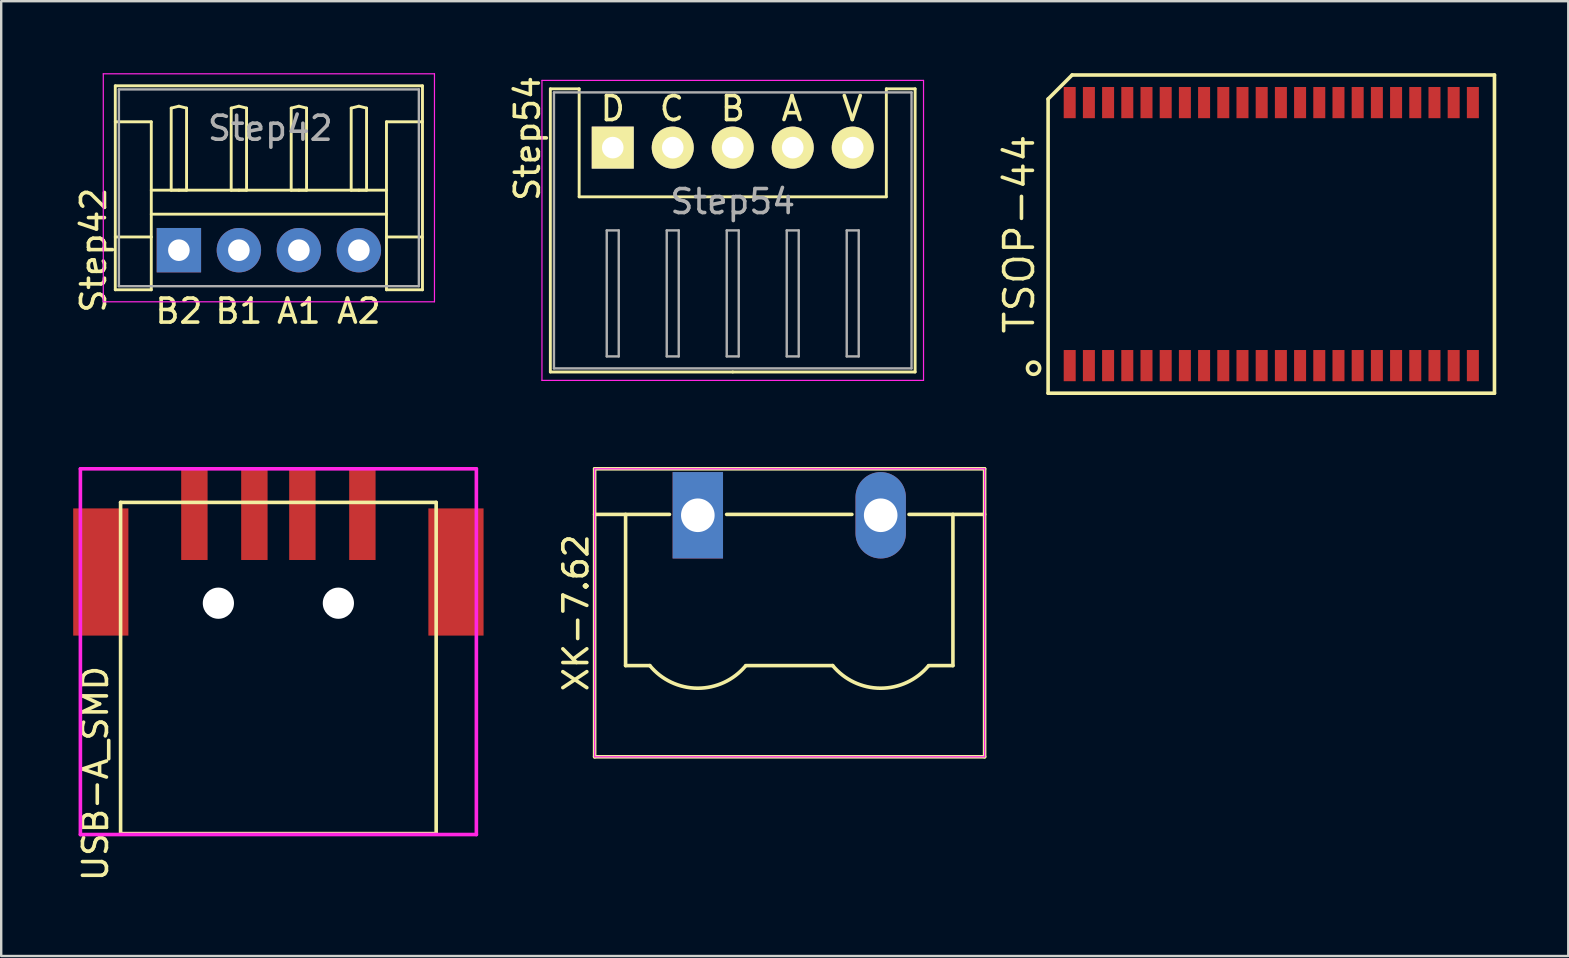
<source format=kicad_pcb>
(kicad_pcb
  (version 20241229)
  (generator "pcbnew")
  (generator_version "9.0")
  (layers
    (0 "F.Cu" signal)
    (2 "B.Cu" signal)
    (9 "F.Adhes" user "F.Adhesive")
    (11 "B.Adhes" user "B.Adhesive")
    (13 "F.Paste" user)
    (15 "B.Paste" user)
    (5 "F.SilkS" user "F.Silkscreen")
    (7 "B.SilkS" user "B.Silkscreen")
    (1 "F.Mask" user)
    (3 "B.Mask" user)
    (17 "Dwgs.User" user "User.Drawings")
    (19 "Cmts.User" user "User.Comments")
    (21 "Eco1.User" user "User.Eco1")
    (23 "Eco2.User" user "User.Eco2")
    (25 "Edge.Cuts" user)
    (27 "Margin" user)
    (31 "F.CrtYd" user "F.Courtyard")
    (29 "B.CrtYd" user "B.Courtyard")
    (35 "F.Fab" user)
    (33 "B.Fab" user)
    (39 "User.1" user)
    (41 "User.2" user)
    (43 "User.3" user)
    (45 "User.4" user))
  (footprint "Step54"
    (layer "F.Cu")
    (at 22.483 3.101)
    (property "Reference" "Step54" (at -3.556 -0.381 90) (layer "F.SilkS") (effects (font (size 1 1) (thickness 0.15))))
    (attr through_hole)
    (fp_line (start -2.6 -2.45) (end -1.4 -2.45) (stroke (width 0.12) (type solid)) (layer "F.SilkS"))
    (fp_line (start -2.6 9.35) (end -2.6 -2.45) (stroke (width 0.12) (type solid)) (layer "F.SilkS"))
    (fp_line (start -1.4 -2.45) (end -1.4 2.05) (stroke (width 0.12) (type solid)) (layer "F.SilkS"))
    (fp_line (start -1.4 2.05) (end 5 2.05) (stroke (width 0.12) (type solid)) (layer "F.SilkS"))
    (fp_line (start 5 9.35) (end -2.6 9.35) (stroke (width 0.12) (type solid)) (layer "F.SilkS"))
    (fp_line (start 5 9.35) (end 12.6 9.35) (stroke (width 0.12) (type solid)) (layer "F.SilkS"))
    (fp_line (start 11.4 -2.45) (end 11.4 2.05) (stroke (width 0.12) (type solid)) (layer "F.SilkS"))
    (fp_line (start 11.4 2.05) (end 5 2.05) (stroke (width 0.12) (type solid)) (layer "F.SilkS"))
    (fp_line (start 12.6 -2.45) (end 11.4 -2.45) (stroke (width 0.12) (type solid)) (layer "F.SilkS"))
    (fp_line (start 12.6 9.35) (end 12.6 -2.45) (stroke (width 0.12) (type solid)) (layer "F.SilkS"))
    (fp_line (start -2.95 -2.8) (end -2.95 9.7) (stroke (width 0.05) (type solid)) (layer "F.CrtYd"))
    (fp_line (start -2.95 9.7) (end 12.95 9.7) (stroke (width 0.05) (type solid)) (layer "F.CrtYd"))
    (fp_line (start 12.95 -2.8) (end -2.95 -2.8) (stroke (width 0.05) (type solid)) (layer "F.CrtYd"))
    (fp_line (start 12.95 9.7) (end 12.95 -2.8) (stroke (width 0.05) (type solid)) (layer "F.CrtYd"))
    (fp_line (start -2.45 -2.3) (end -2.45 9.2) (stroke (width 0.1) (type solid)) (layer "F.Fab"))
    (fp_line (start -2.45 9.2) (end 12.45 9.2) (stroke (width 0.1) (type solid)) (layer "F.Fab"))
    (fp_line (start -0.25 3.45) (end -0.25 8.7) (stroke (width 0.1) (type solid)) (layer "F.Fab"))
    (fp_line (start -0.25 8.7) (end 0.25 8.7) (stroke (width 0.1) (type solid)) (layer "F.Fab"))
    (fp_line (start 0.25 3.45) (end -0.25 3.45) (stroke (width 0.1) (type solid)) (layer "F.Fab"))
    (fp_line (start 0.25 8.7) (end 0.25 3.45) (stroke (width 0.1) (type solid)) (layer "F.Fab"))
    (fp_line (start 2.25 3.45) (end 2.25 8.7) (stroke (width 0.1) (type solid)) (layer "F.Fab"))
    (fp_line (start 2.25 8.7) (end 2.75 8.7) (stroke (width 0.1) (type solid)) (layer "F.Fab"))
    (fp_line (start 2.75 3.45) (end 2.25 3.45) (stroke (width 0.1) (type solid)) (layer "F.Fab"))
    (fp_line (start 2.75 8.7) (end 2.75 3.45) (stroke (width 0.1) (type solid)) (layer "F.Fab"))
    (fp_line (start 4.75 3.45) (end 4.75 8.7) (stroke (width 0.1) (type solid)) (layer "F.Fab"))
    (fp_line (start 4.75 8.7) (end 5.25 8.7) (stroke (width 0.1) (type solid)) (layer "F.Fab"))
    (fp_line (start 5.25 3.45) (end 4.75 3.45) (stroke (width 0.1) (type solid)) (layer "F.Fab"))
    (fp_line (start 5.25 8.7) (end 5.25 3.45) (stroke (width 0.1) (type solid)) (layer "F.Fab"))
    (fp_line (start 7.25 3.45) (end 7.25 8.7) (stroke (width 0.1) (type solid)) (layer "F.Fab"))
    (fp_line (start 7.25 8.7) (end 7.75 8.7) (stroke (width 0.1) (type solid)) (layer "F.Fab"))
    (fp_line (start 7.75 3.45) (end 7.25 3.45) (stroke (width 0.1) (type solid)) (layer "F.Fab"))
    (fp_line (start 7.75 8.7) (end 7.75 3.45) (stroke (width 0.1) (type solid)) (layer "F.Fab"))
    (fp_line (start 9.75 3.45) (end 9.75 8.7) (stroke (width 0.1) (type solid)) (layer "F.Fab"))
    (fp_line (start 9.75 8.7) (end 10.25 8.7) (stroke (width 0.1) (type solid)) (layer "F.Fab"))
    (fp_line (start 10.25 3.45) (end 9.75 3.45) (stroke (width 0.1) (type solid)) (layer "F.Fab"))
    (fp_line (start 10.25 8.7) (end 10.25 3.45) (stroke (width 0.1) (type solid)) (layer "F.Fab"))
    (fp_line (start 12.45 -2.3) (end -2.45 -2.3) (stroke (width 0.1) (type solid)) (layer "F.Fab"))
    (fp_line (start 12.45 9.2) (end 12.45 -2.3) (stroke (width 0.1) (type solid)) (layer "F.Fab"))
    (fp_text user "V" (at 9.982 -1.626 0) (layer "F.SilkS") (effects (font (size 1 1) (thickness 0.15))))
    (fp_text user "B" (at 5.004 -1.626 0) (layer "F.SilkS") (effects (font (size 1 1) (thickness 0.15))))
    (fp_text user "C" (at 2.464 -1.626 0) (layer "F.SilkS") (effects (font (size 1 1) (thickness 0.15))))
    (fp_text user "A" (at 7.468 -1.626 0) (layer "F.SilkS") (effects (font (size 1 1) (thickness 0.15))))
    (fp_text user "D" (at 0 -1.626 0) (layer "F.SilkS") (effects (font (size 1 1) (thickness 0.15))))
    (fp_text user "${REFERENCE}" (at 5 2.25 0) (layer "F.Fab") (effects (font (size 1 1) (thickness 0.15))))
    (pad "1" thru_hole rect (at 0 0) (size 1.75 1.75) (drill 0.9) (layers "*.Cu" "*.Mask" "F.SilkS"))
    (pad "2" thru_hole circle (at 2.5 0) (size 1.75 1.75) (drill 0.9) (layers "*.Cu" "*.Mask" "F.SilkS"))
    (pad "3" thru_hole circle (at 5 0) (size 1.75 1.75) (drill 0.9) (layers "*.Cu" "*.Mask" "F.SilkS"))
    (pad "4" thru_hole circle (at 7.5 0) (size 1.75 1.75) (drill 0.9) (layers "*.Cu" "*.Mask" "F.SilkS"))
    (pad "5" thru_hole circle (at 10 0) (size 1.75 1.75) (drill 0.9) (layers "*.Cu" "*.Mask" "F.SilkS")))
  (footprint "Step42"
    (layer "F.Cu")
    (at 4.404 7.375)
    (property "Reference" "Step42" (at -3.556 0 90) (layer "F.SilkS") (effects (font (size 1 1) (thickness 0.15))))
    (attr through_hole)
    (fp_line (start -2.65 -6.85) (end 10.15 -6.85) (stroke (width 0.12) (type solid)) (layer "F.SilkS"))
    (fp_line (start -2.65 -5.35) (end -1.15 -5.35) (stroke (width 0.12) (type solid)) (layer "F.SilkS"))
    (fp_line (start -2.65 1.65) (end -2.65 -6.85) (stroke (width 0.12) (type solid)) (layer "F.SilkS"))
    (fp_line (start -1.15 -5.35) (end -1.15 -0.55) (stroke (width 0.12) (type solid)) (layer "F.SilkS"))
    (fp_line (start -1.15 -2.5) (end 8.65 -2.5) (stroke (width 0.12) (type solid)) (layer "F.SilkS"))
    (fp_line (start -1.15 -1.5) (end 8.65 -1.5) (stroke (width 0.12) (type solid)) (layer "F.SilkS"))
    (fp_line (start -1.15 -0.55) (end -2.65 -0.55) (stroke (width 0.12) (type solid)) (layer "F.SilkS"))
    (fp_line (start -1.15 -0.55) (end -1.15 1.65) (stroke (width 0.12) (type solid)) (layer "F.SilkS"))
    (fp_line (start -1.15 1.65) (end -2.65 1.65) (stroke (width 0.12) (type solid)) (layer "F.SilkS"))
    (fp_line (start -0.32 -5.92) (end 0 -6) (stroke (width 0.12) (type solid)) (layer "F.SilkS"))
    (fp_line (start -0.32 -2.5) (end -0.32 -5.92) (stroke (width 0.12) (type solid)) (layer "F.SilkS"))
    (fp_line (start 0 -6) (end 0.32 -5.92) (stroke (width 0.12) (type solid)) (layer "F.SilkS"))
    (fp_line (start 0 -2.5) (end -0.32 -2.5) (stroke (width 0.12) (type solid)) (layer "F.SilkS"))
    (fp_line (start 0.32 -5.92) (end 0.32 -2.5) (stroke (width 0.12) (type solid)) (layer "F.SilkS"))
    (fp_line (start 0.32 -2.5) (end 0 -2.5) (stroke (width 0.12) (type solid)) (layer "F.SilkS"))
    (fp_line (start 2.18 -5.92) (end 2.5 -6) (stroke (width 0.12) (type solid)) (layer "F.SilkS"))
    (fp_line (start 2.18 -2.5) (end 2.18 -5.92) (stroke (width 0.12) (type solid)) (layer "F.SilkS"))
    (fp_line (start 2.5 -6) (end 2.82 -5.92) (stroke (width 0.12) (type solid)) (layer "F.SilkS"))
    (fp_line (start 2.5 -2.5) (end 2.18 -2.5) (stroke (width 0.12) (type solid)) (layer "F.SilkS"))
    (fp_line (start 2.82 -5.92) (end 2.82 -2.5) (stroke (width 0.12) (type solid)) (layer "F.SilkS"))
    (fp_line (start 2.82 -2.5) (end 2.5 -2.5) (stroke (width 0.12) (type solid)) (layer "F.SilkS"))
    (fp_line (start 4.68 -5.92) (end 5 -6) (stroke (width 0.12) (type solid)) (layer "F.SilkS"))
    (fp_line (start 4.68 -2.5) (end 4.68 -5.92) (stroke (width 0.12) (type solid)) (layer "F.SilkS"))
    (fp_line (start 5 -6) (end 5.32 -5.92) (stroke (width 0.12) (type solid)) (layer "F.SilkS"))
    (fp_line (start 5 -2.5) (end 4.68 -2.5) (stroke (width 0.12) (type solid)) (layer "F.SilkS"))
    (fp_line (start 5.32 -5.92) (end 5.32 -2.5) (stroke (width 0.12) (type solid)) (layer "F.SilkS"))
    (fp_line (start 5.32 -2.5) (end 5 -2.5) (stroke (width 0.12) (type solid)) (layer "F.SilkS"))
    (fp_line (start 7.18 -5.92) (end 7.5 -6) (stroke (width 0.12) (type solid)) (layer "F.SilkS"))
    (fp_line (start 7.18 -2.5) (end 7.18 -5.92) (stroke (width 0.12) (type solid)) (layer "F.SilkS"))
    (fp_line (start 7.5 -6) (end 7.82 -5.92) (stroke (width 0.12) (type solid)) (layer "F.SilkS"))
    (fp_line (start 7.5 -2.5) (end 7.18 -2.5) (stroke (width 0.12) (type solid)) (layer "F.SilkS"))
    (fp_line (start 7.82 -5.92) (end 7.82 -2.5) (stroke (width 0.12) (type solid)) (layer "F.SilkS"))
    (fp_line (start 7.82 -2.5) (end 7.5 -2.5) (stroke (width 0.12) (type solid)) (layer "F.SilkS"))
    (fp_line (start 8.65 -5.35) (end 8.65 -0.55) (stroke (width 0.12) (type solid)) (layer "F.SilkS"))
    (fp_line (start 8.65 -0.55) (end 10.15 -0.55) (stroke (width 0.12) (type solid)) (layer "F.SilkS"))
    (fp_line (start 8.65 1.65) (end 8.65 -0.55) (stroke (width 0.12) (type solid)) (layer "F.SilkS"))
    (fp_line (start 10.15 -6.85) (end 10.15 1.65) (stroke (width 0.12) (type solid)) (layer "F.SilkS"))
    (fp_line (start 10.15 -5.35) (end 8.65 -5.35) (stroke (width 0.12) (type solid)) (layer "F.SilkS"))
    (fp_line (start 10.15 1.65) (end 8.65 1.65) (stroke (width 0.12) (type solid)) (layer "F.SilkS"))
    (fp_line (start -3.15 -7.35) (end -3.15 2.15) (stroke (width 0.05) (type solid)) (layer "F.CrtYd"))
    (fp_line (start -3.15 2.15) (end 10.65 2.15) (stroke (width 0.05) (type solid)) (layer "F.CrtYd"))
    (fp_line (start 10.65 -7.35) (end -3.15 -7.35) (stroke (width 0.05) (type solid)) (layer "F.CrtYd"))
    (fp_line (start 10.65 2.15) (end 10.65 -7.35) (stroke (width 0.05) (type solid)) (layer "F.CrtYd"))
    (fp_line (start -2.5 -6.7) (end -2.5 1.5) (stroke (width 0.1) (type solid)) (layer "F.Fab"))
    (fp_line (start -2.5 1.5) (end 10 1.5) (stroke (width 0.1) (type solid)) (layer "F.Fab"))
    (fp_line (start 10 -6.7) (end -2.5 -6.7) (stroke (width 0.1) (type solid)) (layer "F.Fab"))
    (fp_line (start 10 1.5) (end 10 -6.7) (stroke (width 0.1) (type solid)) (layer "F.Fab"))
    (fp_text user "A2" (at 7.5 2.54 0) (layer "F.SilkS") (effects (font (size 1 1) (thickness 0.15))))
    (fp_text user "A1" (at 5 2.54 0) (layer "F.SilkS") (effects (font (size 1 1) (thickness 0.15))))
    (fp_text user "B2" (at 0 2.54 0) (layer "F.SilkS") (effects (font (size 1 1) (thickness 0.15))))
    (fp_text user "B1" (at 2.5 2.54 0) (layer "F.SilkS") (effects (font (size 1 1) (thickness 0.15))))
    (fp_text user "${REFERENCE}" (at 3.81 -5.08 0) (layer "F.Fab") (effects (font (size 1 1) (thickness 0.15))))
    (pad "1" thru_hole circle (at 7.5 0) (size 1.85 1.85) (drill 0.9) (layers "*.Cu" "*.Mask"))
    (pad "2" thru_hole circle (at 5 0) (size 1.85 1.85) (drill 0.9) (layers "*.Cu" "*.Mask"))
    (pad "3" thru_hole circle (at 2.5 0) (size 1.85 1.85) (drill 0.9) (layers "*.Cu" "*.Mask"))
    (pad "4" thru_hole rect (at 0 0) (size 1.85 1.85) (drill 0.9) (layers "*.Cu" "*.Mask")))
  (footprint "USB-A_SMD"
    (layer "F.Cu")
    (at 8.55 24.105)
    (property "Reference" "USB-A_SMD" (at -7.62 5.08 90) (layer "F.SilkS") (effects (font (size 1 1) (thickness 0.15))))
    (attr through_hole)
    (fp_line (start -6.575 -6.22) (end -6.575 7.58) (stroke (width 0.15) (type solid)) (layer "F.SilkS"))
    (fp_line (start -6.575 -6.22) (end 6.575 -6.22) (stroke (width 0.15) (type solid)) (layer "F.SilkS"))
    (fp_line (start -6.575 7.58) (end 6.575 7.58) (stroke (width 0.15) (type solid)) (layer "F.SilkS"))
    (fp_line (start 6.575 -6.22) (end 6.575 7.58) (stroke (width 0.15) (type solid)) (layer "F.SilkS"))
    (fp_line (start -8.25 -7.62) (end -8.25 7.62) (stroke (width 0.15) (type solid)) (layer "F.CrtYd"))
    (fp_line (start -8.25 -7.62) (end 8.25 -7.62) (stroke (width 0.15) (type solid)) (layer "F.CrtYd"))
    (fp_line (start 8.25 -7.62) (end 8.25 7.62) (stroke (width 0.15) (type solid)) (layer "F.CrtYd"))
    (fp_line (start 8.25 7.62) (end -8.25 7.62) (stroke (width 0.15) (type solid)) (layer "F.CrtYd"))
    (pad "" np_thru_hole circle (at -2.5 -2.02) (size 1.3 1.3) (drill 1.3) (layers "*.Cu" "*.Mask"))
    (pad "" np_thru_hole circle (at 2.5 -2.02) (size 1.3 1.3) (drill 1.3) (layers "*.Cu" "*.Mask"))
    (pad "1" smd rect (at -3.5 -5.72) (size 1.1 3.8) (layers "F.Cu" "F.Mask" "F.Paste"))
    (pad "2" smd rect (at -1 -5.72) (size 1.1 3.8) (layers "F.Cu" "F.Mask" "F.Paste"))
    (pad "3" smd rect (at 1 -5.72) (size 1.1 3.8) (layers "F.Cu" "F.Mask" "F.Paste"))
    (pad "4" smd rect (at 3.5 -5.72) (size 1.1 3.8) (layers "F.Cu" "F.Mask" "F.Paste"))
    (pad "5" smd rect (at -7.4 -3.32) (size 2.3 5.3) (layers "F.Cu" "F.Mask" "F.Paste"))
    (pad "5" smd rect (at 7.4 -3.32) (size 2.3 5.3) (layers "F.Cu" "F.Mask" "F.Paste")))
  (footprint "TSOP-44"
    (layer "F.Cu")
    (at 49.924 6.705)
    (property "Reference" "TSOP-44" (at -10.5 0 90) (layer "F.SilkS") (effects (font (size 1.2 1.2) (thickness 0.15))))
    (attr through_hole)
    (fp_line (start -9.3 -5.63) (end -9.3 6.63) (stroke (width 0.15) (type solid)) (layer "F.SilkS"))
    (fp_line (start -9.3 6.63) (end 9.3 6.63) (stroke (width 0.15) (type solid)) (layer "F.SilkS"))
    (fp_line (start -8.3 -6.63) (end -9.3 -5.63) (stroke (width 0.15) (type solid)) (layer "F.SilkS"))
    (fp_line (start 9.3 -6.63) (end -8.3 -6.63) (stroke (width 0.15) (type solid)) (layer "F.SilkS"))
    (fp_line (start 9.3 6.63) (end 9.3 -6.63) (stroke (width 0.15) (type solid)) (layer "F.SilkS"))
    (fp_circle (center -9.906 5.588) (end -9.652 5.588) (stroke (width 0.15) (type solid)) (fill no) (layer "F.SilkS"))
    (pad "1" smd rect (at -8.4 5.48) (size 0.5 1.3) (layers "F.Cu" "F.Mask" "F.Paste"))
    (pad "2" smd rect (at -7.6 5.48) (size 0.5 1.3) (layers "F.Cu" "F.Mask" "F.Paste"))
    (pad "3" smd rect (at -6.8 5.48) (size 0.5 1.3) (layers "F.Cu" "F.Mask" "F.Paste"))
    (pad "4" smd rect (at -6 5.48) (size 0.5 1.3) (layers "F.Cu" "F.Mask" "F.Paste"))
    (pad "5" smd rect (at -5.2 5.48) (size 0.5 1.3) (layers "F.Cu" "F.Mask" "F.Paste"))
    (pad "6" smd rect (at -4.4 5.48) (size 0.5 1.3) (layers "F.Cu" "F.Mask" "F.Paste"))
    (pad "7" smd rect (at -3.6 5.48) (size 0.5 1.3) (layers "F.Cu" "F.Mask" "F.Paste"))
    (pad "8" smd rect (at -2.8 5.48) (size 0.5 1.3) (layers "F.Cu" "F.Mask" "F.Paste"))
    (pad "9" smd rect (at -2 5.48) (size 0.5 1.3) (layers "F.Cu" "F.Mask" "F.Paste"))
    (pad "10" smd rect (at -1.2 5.48) (size 0.5 1.3) (layers "F.Cu" "F.Mask" "F.Paste"))
    (pad "11" smd rect (at -0.4 5.48) (size 0.5 1.3) (layers "F.Cu" "F.Mask" "F.Paste"))
    (pad "12" smd rect (at 0.4 5.48) (size 0.5 1.3) (layers "F.Cu" "F.Mask" "F.Paste"))
    (pad "13" smd rect (at 1.2 5.48) (size 0.5 1.3) (layers "F.Cu" "F.Mask" "F.Paste"))
    (pad "14" smd rect (at 2 5.48) (size 0.5 1.3) (layers "F.Cu" "F.Mask" "F.Paste"))
    (pad "15" smd rect (at 2.8 5.48) (size 0.5 1.3) (layers "F.Cu" "F.Mask" "F.Paste"))
    (pad "16" smd rect (at 3.6 5.48) (size 0.5 1.3) (layers "F.Cu" "F.Mask" "F.Paste"))
    (pad "17" smd rect (at 4.4 5.48) (size 0.5 1.3) (layers "F.Cu" "F.Mask" "F.Paste"))
    (pad "18" smd rect (at 5.2 5.48) (size 0.5 1.3) (layers "F.Cu" "F.Mask" "F.Paste"))
    (pad "19" smd rect (at 6 5.48) (size 0.5 1.3) (layers "F.Cu" "F.Mask" "F.Paste"))
    (pad "20" smd rect (at 6.8 5.48) (size 0.5 1.3) (layers "F.Cu" "F.Mask" "F.Paste"))
    (pad "21" smd rect (at 7.6 5.48) (size 0.5 1.3) (layers "F.Cu" "F.Mask" "F.Paste"))
    (pad "22" smd rect (at 8.4 5.48) (size 0.5 1.3) (layers "F.Cu" "F.Mask" "F.Paste"))
    (pad "23" smd rect (at 8.4 -5.48) (size 0.5 1.3) (layers "F.Cu" "F.Mask" "F.Paste"))
    (pad "24" smd rect (at 7.6 -5.48) (size 0.5 1.3) (layers "F.Cu" "F.Mask" "F.Paste"))
    (pad "25" smd rect (at 6.8 -5.48) (size 0.5 1.3) (layers "F.Cu" "F.Mask" "F.Paste"))
    (pad "26" smd rect (at 6 -5.48) (size 0.5 1.3) (layers "F.Cu" "F.Mask" "F.Paste"))
    (pad "27" smd rect (at 5.2 -5.48) (size 0.5 1.3) (layers "F.Cu" "F.Mask" "F.Paste"))
    (pad "28" smd rect (at 4.4 -5.48) (size 0.5 1.3) (layers "F.Cu" "F.Mask" "F.Paste"))
    (pad "29" smd rect (at 3.6 -5.48) (size 0.5 1.3) (layers "F.Cu" "F.Mask" "F.Paste"))
    (pad "30" smd rect (at 2.8 -5.48) (size 0.5 1.3) (layers "F.Cu" "F.Mask" "F.Paste"))
    (pad "31" smd rect (at 2 -5.48) (size 0.5 1.3) (layers "F.Cu" "F.Mask" "F.Paste"))
    (pad "32" smd rect (at 1.2 -5.48) (size 0.5 1.3) (layers "F.Cu" "F.Mask" "F.Paste"))
    (pad "33" smd rect (at 0.4 -5.48) (size 0.5 1.3) (layers "F.Cu" "F.Mask" "F.Paste"))
    (pad "34" smd rect (at -0.4 -5.48) (size 0.5 1.3) (layers "F.Cu" "F.Mask" "F.Paste"))
    (pad "35" smd rect (at -1.2 -5.48) (size 0.5 1.3) (layers "F.Cu" "F.Mask" "F.Paste"))
    (pad "36" smd rect (at -2 -5.48) (size 0.5 1.3) (layers "F.Cu" "F.Mask" "F.Paste"))
    (pad "37" smd rect (at -2.8 -5.48) (size 0.5 1.3) (layers "F.Cu" "F.Mask" "F.Paste"))
    (pad "38" smd rect (at -3.6 -5.48) (size 0.5 1.3) (layers "F.Cu" "F.Mask" "F.Paste"))
    (pad "39" smd rect (at -4.4 -5.48) (size 0.5 1.3) (layers "F.Cu" "F.Mask" "F.Paste"))
    (pad "40" smd rect (at -5.2 -5.48) (size 0.5 1.3) (layers "F.Cu" "F.Mask" "F.Paste"))
    (pad "41" smd rect (at -6 -5.48) (size 0.5 1.3) (layers "F.Cu" "F.Mask" "F.Paste"))
    (pad "42" smd rect (at -6.8 -5.48) (size 0.5 1.3) (layers "F.Cu" "F.Mask" "F.Paste"))
    (pad "43" smd rect (at -7.6 -5.48) (size 0.5 1.3) (layers "F.Cu" "F.Mask" "F.Paste"))
    (pad "44" smd rect (at -8.4 -5.48) (size 0.5 1.3) (layers "F.Cu" "F.Mask" "F.Paste")))
  (footprint "XK-7.62"
    (layer "F.Cu")
    (at 29.838 22.485)
    (property "Reference" "XK-7.62" (at -8.89 0 90) (layer "F.SilkS") (effects (font (size 1 1) (thickness 0.15))))
    (attr through_hole)
    (fp_line (start -8.11 -6) (end -8.11 6) (stroke (width 0.15) (type solid)) (layer "F.SilkS"))
    (fp_line (start -8.11 -4.1) (end -4.99 -4.1) (stroke (width 0.15) (type solid)) (layer "F.SilkS"))
    (fp_line (start -8.11 6) (end 8.14 6) (stroke (width 0.15) (type solid)) (layer "F.SilkS"))
    (fp_line (start -6.82 2.2) (end -6.82 -4.1) (stroke (width 0.15) (type solid)) (layer "F.SilkS"))
    (fp_line (start -5.81 2.2) (end -6.82 2.2) (stroke (width 0.15) (type solid)) (layer "F.SilkS"))
    (fp_line (start -2.61 -4.1) (end 2.61 -4.1) (stroke (width 0.15) (type solid)) (layer "F.SilkS"))
    (fp_line (start -1.81 2.2) (end 1.81 2.2) (stroke (width 0.15) (type solid)) (layer "F.SilkS"))
    (fp_line (start 6.82 -4.1) (end 6.82 2.2) (stroke (width 0.15) (type solid)) (layer "F.SilkS"))
    (fp_line (start 6.82 2.2) (end 5.81 2.2) (stroke (width 0.15) (type solid)) (layer "F.SilkS"))
    (fp_line (start 8.14 -6) (end -8.11 -6) (stroke (width 0.15) (type solid)) (layer "F.SilkS"))
    (fp_line (start 8.14 -4.1) (end 4.99 -4.1) (stroke (width 0.15) (type solid)) (layer "F.SilkS"))
    (fp_line (start 8.14 6) (end 8.14 -6) (stroke (width 0.15) (type solid)) (layer "F.SilkS"))
    (fp_arc (start -1.823158 2.215821) (mid -3.820289 3.142758) (end -5.81 2.2) (stroke (width 0.15) (type solid)) (layer "F.SilkS"))
    (fp_arc (start 5.796842 2.215821) (mid 3.799711 3.142758) (end 1.81 2.2) (stroke (width 0.15) (type solid)) (layer "F.SilkS"))
    (fp_line (start -8.11 -6) (end -8.11 6) (stroke (width 0.05) (type solid)) (layer "F.CrtYd"))
    (fp_line (start -8.11 6) (end 8.14 6) (stroke (width 0.05) (type solid)) (layer "F.CrtYd"))
    (fp_line (start 8.14 -6) (end -8.11 -6) (stroke (width 0.05) (type solid)) (layer "F.CrtYd"))
    (fp_line (start 8.14 6) (end 8.14 -6) (stroke (width 0.05) (type solid)) (layer "F.CrtYd"))
    (pad "1" thru_hole rect (at -3.81 -4.064) (size 2.1 3.6) (drill 1.4) (layers "*.Cu" "*.Mask"))
    (pad "2" thru_hole oval (at 3.81 -4.064) (size 2.1 3.6) (drill 1.4) (layers "*.Cu" "*.Mask")))
  (gr_rect
    (start -3 -3)
    (end 62.299 36.786)
    (stroke (width 0.1) (type default))
    (fill no)
    (layer "Edge.Cuts")))
</source>
